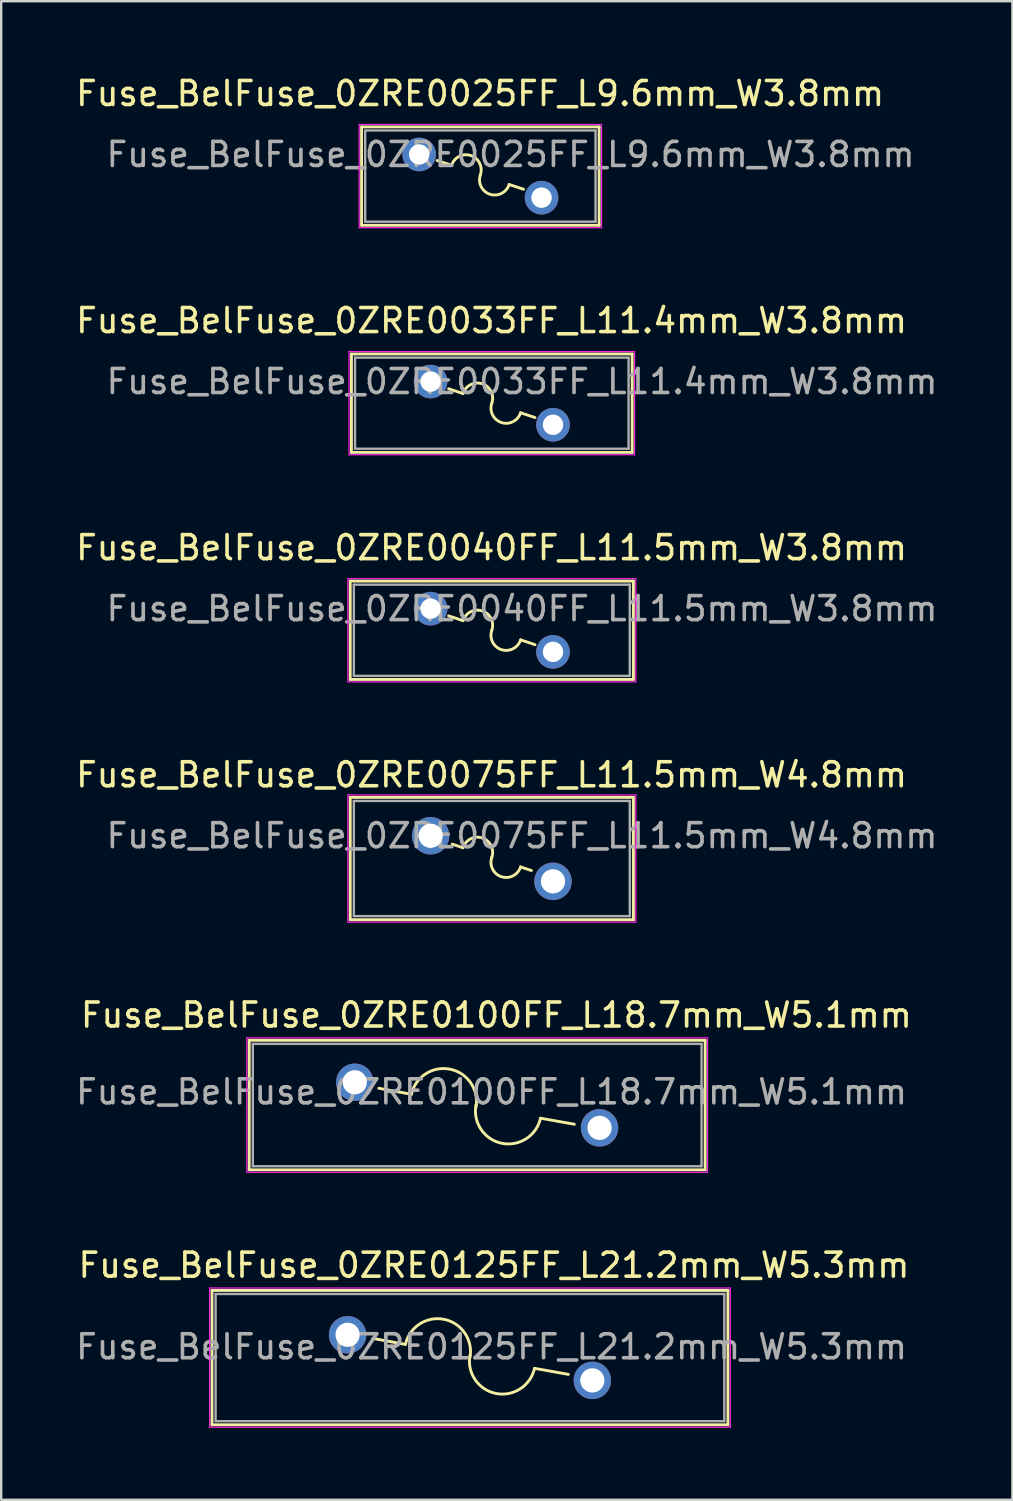
<source format=kicad_pcb>
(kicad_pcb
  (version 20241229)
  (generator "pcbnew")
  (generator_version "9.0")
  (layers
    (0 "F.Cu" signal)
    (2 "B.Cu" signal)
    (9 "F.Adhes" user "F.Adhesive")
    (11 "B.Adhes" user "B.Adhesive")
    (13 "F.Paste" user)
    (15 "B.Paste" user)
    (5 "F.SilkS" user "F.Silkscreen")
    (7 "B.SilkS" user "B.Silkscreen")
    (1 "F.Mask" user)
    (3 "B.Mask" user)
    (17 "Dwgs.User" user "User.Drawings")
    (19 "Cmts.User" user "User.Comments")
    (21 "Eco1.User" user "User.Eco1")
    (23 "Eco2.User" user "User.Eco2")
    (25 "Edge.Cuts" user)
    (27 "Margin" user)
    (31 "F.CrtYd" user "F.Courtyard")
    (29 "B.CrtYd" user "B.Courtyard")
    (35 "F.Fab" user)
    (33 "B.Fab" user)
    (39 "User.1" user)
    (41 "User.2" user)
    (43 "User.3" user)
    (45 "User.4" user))
  (footprint "Fuse_BelFuse_0ZRE0025FF_L9.6mm_W3.8mm"
    (layer "F.Cu")
    (at 14.418 3.388)
    (property "Reference" "Fuse_BelFuse_0ZRE0025FF_L9.6mm_W3.8mm" (at 2.54 -2.54 0) (layer "F.SilkS") (effects (font (size 1 1) (thickness 0.15))))
    (fp_line (start -2.4 -1.15) (end -2.4 2.95) (stroke (width 0.12) (type solid)) (layer "F.SilkS"))
    (fp_line (start -2.4 -1.15) (end 7.5 -1.15) (stroke (width 0.12) (type solid)) (layer "F.SilkS"))
    (fp_line (start -2.4 2.95) (end 7.5 2.95) (stroke (width 0.12) (type solid)) (layer "F.SilkS"))
    (fp_line (start 0.75 0.25) (end 1.35 0.45) (stroke (width 0.12) (type solid)) (layer "F.SilkS"))
    (fp_line (start 3.75 1.25) (end 4.35 1.45) (stroke (width 0.12) (type solid)) (layer "F.SilkS"))
    (fp_line (start 7.5 -1.15) (end 7.5 2.95) (stroke (width 0.12) (type solid)) (layer "F.SilkS"))
    (fp_arc (start 1.350003 0.450002) (mid 2.150001 0.050002) (end 2.550001 0.85) (stroke (width 0.12) (type solid)) (layer "F.SilkS"))
    (fp_arc (start 3.749999 1.249998) (mid 2.950001 1.649998) (end 2.550001 0.85) (stroke (width 0.12) (type solid)) (layer "F.SilkS"))
    (fp_line (start -2.5 -1.25) (end -2.5 3.05) (stroke (width 0.05) (type solid)) (layer "F.CrtYd"))
    (fp_line (start -2.5 -1.25) (end 7.6 -1.25) (stroke (width 0.05) (type solid)) (layer "F.CrtYd"))
    (fp_line (start -2.5 3.05) (end 7.6 3.05) (stroke (width 0.05) (type solid)) (layer "F.CrtYd"))
    (fp_line (start 7.6 -1.25) (end 7.6 3.05) (stroke (width 0.05) (type solid)) (layer "F.CrtYd"))
    (fp_line (start -2.25 -1) (end -2.25 2.8) (stroke (width 0.1) (type solid)) (layer "F.Fab"))
    (fp_line (start -2.25 -1) (end 7.35 -1) (stroke (width 0.1) (type solid)) (layer "F.Fab"))
    (fp_line (start -2.25 2.8) (end 7.35 2.8) (stroke (width 0.1) (type solid)) (layer "F.Fab"))
    (fp_line (start 7.35 -1) (end 7.35 2.8) (stroke (width 0.1) (type solid)) (layer "F.Fab"))
    (fp_text user "${REFERENCE}" (at 3.81 0 0) (layer "F.Fab") (effects (font (size 1 1) (thickness 0.15))))
    (pad "1" thru_hole circle (at 0 0) (size 1.4 1.4) (drill 0.85) (layers "*.Cu" "*.Mask"))
    (pad "2" thru_hole circle (at 5.1 1.8) (size 1.4 1.4) (drill 0.85) (layers "*.Cu" "*.Mask")))
  (footprint "Fuse_BelFuse_0ZRE0075FF_L11.5mm_W4.8mm"
    (layer "F.Cu")
    (at 14.895 31.778)
    (property "Reference" "Fuse_BelFuse_0ZRE0075FF_L11.5mm_W4.8mm" (at 2.54 -2.54 0) (layer "F.SilkS") (effects (font (size 1 1) (thickness 0.15))))
    (fp_line (start -3.35 -1.6) (end -3.35 3.5) (stroke (width 0.12) (type solid)) (layer "F.SilkS"))
    (fp_line (start -3.35 -1.6) (end 8.45 -1.6) (stroke (width 0.12) (type solid)) (layer "F.SilkS"))
    (fp_line (start -3.35 3.5) (end 8.45 3.5) (stroke (width 0.12) (type solid)) (layer "F.SilkS"))
    (fp_line (start 0.9 0.35) (end 1.35 0.5) (stroke (width 0.12) (type solid)) (layer "F.SilkS"))
    (fp_line (start 3.75 1.3) (end 4.2 1.45) (stroke (width 0.12) (type solid)) (layer "F.SilkS"))
    (fp_line (start 8.45 -1.6) (end 8.45 3.5) (stroke (width 0.12) (type solid)) (layer "F.SilkS"))
    (fp_arc (start 1.350003 0.500002) (mid 2.150001 0.100002) (end 2.550001 0.9) (stroke (width 0.12) (type solid)) (layer "F.SilkS"))
    (fp_arc (start 3.749999 1.299998) (mid 2.950001 1.699998) (end 2.550001 0.9) (stroke (width 0.12) (type solid)) (layer "F.SilkS"))
    (fp_line (start -3.45 -1.7) (end -3.45 3.6) (stroke (width 0.05) (type solid)) (layer "F.CrtYd"))
    (fp_line (start -3.45 -1.7) (end 8.55 -1.7) (stroke (width 0.05) (type solid)) (layer "F.CrtYd"))
    (fp_line (start -3.45 3.6) (end 8.55 3.6) (stroke (width 0.05) (type solid)) (layer "F.CrtYd"))
    (fp_line (start 8.55 -1.7) (end 8.55 3.6) (stroke (width 0.05) (type solid)) (layer "F.CrtYd"))
    (fp_line (start -3.2 -1.45) (end -3.2 3.35) (stroke (width 0.1) (type solid)) (layer "F.Fab"))
    (fp_line (start -3.2 -1.45) (end 8.3 -1.45) (stroke (width 0.1) (type solid)) (layer "F.Fab"))
    (fp_line (start -3.2 3.35) (end 8.3 3.35) (stroke (width 0.1) (type solid)) (layer "F.Fab"))
    (fp_line (start 8.3 -1.45) (end 8.3 3.35) (stroke (width 0.1) (type solid)) (layer "F.Fab"))
    (fp_text user "${REFERENCE}" (at 3.81 0 0) (layer "F.Fab") (effects (font (size 1 1) (thickness 0.15))))
    (pad "1" thru_hole circle (at 0 0) (size 1.56 1.56) (drill 1.01) (layers "*.Cu" "*.Mask"))
    (pad "2" thru_hole circle (at 5.1 1.9) (size 1.56 1.56) (drill 1.01) (layers "*.Cu" "*.Mask")))
  (footprint "Fuse_BelFuse_0ZRE0033FF_L11.4mm_W3.8mm"
    (layer "F.Cu")
    (at 14.895 12.851)
    (property "Reference" "Fuse_BelFuse_0ZRE0033FF_L11.4mm_W3.8mm" (at 2.54 -2.54 0) (layer "F.SilkS") (effects (font (size 1 1) (thickness 0.15))))
    (fp_line (start -3.3 -1.15) (end -3.3 2.95) (stroke (width 0.12) (type solid)) (layer "F.SilkS"))
    (fp_line (start -3.3 -1.15) (end 8.4 -1.15) (stroke (width 0.12) (type solid)) (layer "F.SilkS"))
    (fp_line (start -3.3 2.95) (end 8.4 2.95) (stroke (width 0.12) (type solid)) (layer "F.SilkS"))
    (fp_line (start 0.75 0.3) (end 1.35 0.5) (stroke (width 0.12) (type solid)) (layer "F.SilkS"))
    (fp_line (start 3.75 1.3) (end 4.35 1.5) (stroke (width 0.12) (type solid)) (layer "F.SilkS"))
    (fp_line (start 8.4 -1.15) (end 8.4 2.95) (stroke (width 0.12) (type solid)) (layer "F.SilkS"))
    (fp_arc (start 1.350003 0.500002) (mid 2.150001 0.100002) (end 2.550001 0.9) (stroke (width 0.12) (type solid)) (layer "F.SilkS"))
    (fp_arc (start 3.749999 1.299998) (mid 2.950001 1.699998) (end 2.550001 0.9) (stroke (width 0.12) (type solid)) (layer "F.SilkS"))
    (fp_line (start -3.4 -1.25) (end -3.4 3.05) (stroke (width 0.05) (type solid)) (layer "F.CrtYd"))
    (fp_line (start -3.4 -1.25) (end 8.5 -1.25) (stroke (width 0.05) (type solid)) (layer "F.CrtYd"))
    (fp_line (start -3.4 3.05) (end 8.5 3.05) (stroke (width 0.05) (type solid)) (layer "F.CrtYd"))
    (fp_line (start 8.5 -1.25) (end 8.5 3.05) (stroke (width 0.05) (type solid)) (layer "F.CrtYd"))
    (fp_line (start -3.15 -1) (end -3.15 2.8) (stroke (width 0.1) (type solid)) (layer "F.Fab"))
    (fp_line (start -3.15 -1) (end 8.25 -1) (stroke (width 0.1) (type solid)) (layer "F.Fab"))
    (fp_line (start -3.15 2.8) (end 8.25 2.8) (stroke (width 0.1) (type solid)) (layer "F.Fab"))
    (fp_line (start 8.25 -1) (end 8.25 2.8) (stroke (width 0.1) (type solid)) (layer "F.Fab"))
    (fp_text user "${REFERENCE}" (at 3.81 0 0) (layer "F.Fab") (effects (font (size 1 1) (thickness 0.15))))
    (pad "1" thru_hole circle (at 0 0) (size 1.4 1.4) (drill 0.85) (layers "*.Cu" "*.Mask"))
    (pad "2" thru_hole circle (at 5.1 1.8) (size 1.4 1.4) (drill 0.85) (layers "*.Cu" "*.Mask")))
  (footprint "Fuse_BelFuse_0ZRE0040FF_L11.5mm_W3.8mm"
    (layer "F.Cu")
    (at 14.895 22.315)
    (property "Reference" "Fuse_BelFuse_0ZRE0040FF_L11.5mm_W3.8mm" (at 2.54 -2.54 0) (layer "F.SilkS") (effects (font (size 1 1) (thickness 0.15))))
    (fp_line (start -3.35 -1.15) (end -3.35 2.95) (stroke (width 0.12) (type solid)) (layer "F.SilkS"))
    (fp_line (start -3.35 -1.15) (end 8.45 -1.15) (stroke (width 0.12) (type solid)) (layer "F.SilkS"))
    (fp_line (start -3.35 2.95) (end 8.45 2.95) (stroke (width 0.12) (type solid)) (layer "F.SilkS"))
    (fp_line (start 0.75 0.3) (end 1.35 0.5) (stroke (width 0.12) (type solid)) (layer "F.SilkS"))
    (fp_line (start 3.75 1.3) (end 4.35 1.5) (stroke (width 0.12) (type solid)) (layer "F.SilkS"))
    (fp_line (start 8.45 -1.15) (end 8.45 2.95) (stroke (width 0.12) (type solid)) (layer "F.SilkS"))
    (fp_arc (start 1.350003 0.500002) (mid 2.150001 0.100002) (end 2.550001 0.9) (stroke (width 0.12) (type solid)) (layer "F.SilkS"))
    (fp_arc (start 3.749999 1.299998) (mid 2.950001 1.699998) (end 2.550001 0.9) (stroke (width 0.12) (type solid)) (layer "F.SilkS"))
    (fp_line (start -3.45 -1.25) (end -3.45 3.05) (stroke (width 0.05) (type solid)) (layer "F.CrtYd"))
    (fp_line (start -3.45 -1.25) (end 8.55 -1.25) (stroke (width 0.05) (type solid)) (layer "F.CrtYd"))
    (fp_line (start -3.45 3.05) (end 8.55 3.05) (stroke (width 0.05) (type solid)) (layer "F.CrtYd"))
    (fp_line (start 8.55 -1.25) (end 8.55 3.05) (stroke (width 0.05) (type solid)) (layer "F.CrtYd"))
    (fp_line (start -3.2 -1) (end -3.2 2.8) (stroke (width 0.1) (type solid)) (layer "F.Fab"))
    (fp_line (start -3.2 -1) (end 8.3 -1) (stroke (width 0.1) (type solid)) (layer "F.Fab"))
    (fp_line (start -3.2 2.8) (end 8.3 2.8) (stroke (width 0.1) (type solid)) (layer "F.Fab"))
    (fp_line (start 8.3 -1) (end 8.3 2.8) (stroke (width 0.1) (type solid)) (layer "F.Fab"))
    (fp_text user "${REFERENCE}" (at 3.81 0 0) (layer "F.Fab") (effects (font (size 1 1) (thickness 0.15))))
    (pad "1" thru_hole circle (at 0 0) (size 1.4 1.4) (drill 0.85) (layers "*.Cu" "*.Mask"))
    (pad "2" thru_hole circle (at 5.1 1.8) (size 1.4 1.4) (drill 0.85) (layers "*.Cu" "*.Mask")))
  (footprint "Fuse_BelFuse_0ZRE0100FF_L18.7mm_W5.1mm"
    (layer "F.Cu")
    (at 11.735 42.051)
    (property "Reference" "Fuse_BelFuse_0ZRE0100FF_L18.7mm_W5.1mm" (at 5.9 -2.8 0) (layer "F.SilkS") (effects (font (size 1 1) (thickness 0.15))))
    (fp_line (start -4.4 -1.75) (end -4.4 3.65) (stroke (width 0.12) (type solid)) (layer "F.SilkS"))
    (fp_line (start -4.4 -1.75) (end 14.6 -1.75) (stroke (width 0.12) (type solid)) (layer "F.SilkS"))
    (fp_line (start -4.4 3.65) (end 14.6 3.65) (stroke (width 0.12) (type solid)) (layer "F.SilkS"))
    (fp_line (start 1 0.25) (end 2.36 0.502) (stroke (width 0.12) (type solid)) (layer "F.SilkS"))
    (fp_line (start 7.74 1.498) (end 9.15 1.75) (stroke (width 0.12) (type solid)) (layer "F.SilkS"))
    (fp_line (start 14.6 -1.75) (end 14.6 3.65) (stroke (width 0.12) (type solid)) (layer "F.SilkS"))
    (fp_arc (start 2.359742 0.502167) (mid 3.97396 -0.54534) (end 5.049999 1.05) (stroke (width 0.12) (type solid)) (layer "F.SilkS"))
    (fp_arc (start 7.740258 1.497834) (mid 6.12604 2.545341) (end 5.050001 0.950001) (stroke (width 0.12) (type solid)) (layer "F.SilkS"))
    (fp_line (start -4.5 -1.85) (end -4.5 3.75) (stroke (width 0.05) (type solid)) (layer "F.CrtYd"))
    (fp_line (start -4.5 -1.85) (end 14.7 -1.85) (stroke (width 0.05) (type solid)) (layer "F.CrtYd"))
    (fp_line (start -4.5 3.75) (end 14.7 3.75) (stroke (width 0.05) (type solid)) (layer "F.CrtYd"))
    (fp_line (start 14.7 -1.85) (end 14.7 3.75) (stroke (width 0.05) (type solid)) (layer "F.CrtYd"))
    (fp_line (start -4.25 -1.6) (end -4.25 3.5) (stroke (width 0.1) (type solid)) (layer "F.Fab"))
    (fp_line (start -4.25 -1.6) (end 14.45 -1.6) (stroke (width 0.1) (type solid)) (layer "F.Fab"))
    (fp_line (start -4.25 3.5) (end 14.45 3.5) (stroke (width 0.1) (type solid)) (layer "F.Fab"))
    (fp_line (start 14.45 -1.6) (end 14.45 3.5) (stroke (width 0.1) (type solid)) (layer "F.Fab"))
    (fp_text user "${REFERENCE}" (at 5.7 0.4 0) (layer "F.Fab") (effects (font (size 1 1) (thickness 0.15))))
    (pad "1" thru_hole circle (at 0 0) (size 1.56 1.56) (drill 1.01) (layers "*.Cu" "*.Mask"))
    (pad "2" thru_hole circle (at 10.2 1.9) (size 1.56 1.56) (drill 1.01) (layers "*.Cu" "*.Mask")))
  (footprint "Fuse_BelFuse_0ZRE0125FF_L21.2mm_W5.3mm"
    (layer "F.Cu")
    (at 11.435 52.575)
    (property "Reference" "Fuse_BelFuse_0ZRE0125FF_L21.2mm_W5.3mm" (at 6.1 -2.9 0) (layer "F.SilkS") (effects (font (size 1 1) (thickness 0.15))))
    (fp_line (start -5.65 -1.85) (end -5.65 3.75) (stroke (width 0.12) (type solid)) (layer "F.SilkS"))
    (fp_line (start -5.65 -1.85) (end 15.85 -1.85) (stroke (width 0.12) (type solid)) (layer "F.SilkS"))
    (fp_line (start -5.65 3.75) (end 15.85 3.75) (stroke (width 0.12) (type solid)) (layer "F.SilkS"))
    (fp_line (start 1.05 0.15) (end 2.41 0.402) (stroke (width 0.12) (type solid)) (layer "F.SilkS"))
    (fp_line (start 7.79 1.398) (end 9.2 1.65) (stroke (width 0.12) (type solid)) (layer "F.SilkS"))
    (fp_line (start 15.85 -1.85) (end 15.85 3.75) (stroke (width 0.12) (type solid)) (layer "F.SilkS"))
    (fp_arc (start 2.409742 0.402167) (mid 4.02396 -0.64534) (end 5.099999 0.95) (stroke (width 0.12) (type solid)) (layer "F.SilkS"))
    (fp_arc (start 7.790258 1.397834) (mid 6.17604 2.445341) (end 5.100001 0.850001) (stroke (width 0.12) (type solid)) (layer "F.SilkS"))
    (fp_line (start -5.75 -1.95) (end -5.75 3.85) (stroke (width 0.05) (type solid)) (layer "F.CrtYd"))
    (fp_line (start -5.75 -1.95) (end 15.95 -1.95) (stroke (width 0.05) (type solid)) (layer "F.CrtYd"))
    (fp_line (start -5.75 3.85) (end 15.95 3.85) (stroke (width 0.05) (type solid)) (layer "F.CrtYd"))
    (fp_line (start 15.95 -1.95) (end 15.95 3.85) (stroke (width 0.05) (type solid)) (layer "F.CrtYd"))
    (fp_line (start -5.5 -1.7) (end -5.5 3.6) (stroke (width 0.1) (type solid)) (layer "F.Fab"))
    (fp_line (start -5.5 -1.7) (end 15.7 -1.7) (stroke (width 0.1) (type solid)) (layer "F.Fab"))
    (fp_line (start -5.5 3.6) (end 15.7 3.6) (stroke (width 0.1) (type solid)) (layer "F.Fab"))
    (fp_line (start 15.7 -1.7) (end 15.7 3.6) (stroke (width 0.1) (type solid)) (layer "F.Fab"))
    (fp_text user "${REFERENCE}" (at 6 0.5 0) (layer "F.Fab") (effects (font (size 1 1) (thickness 0.15))))
    (pad "1" thru_hole circle (at 0 0) (size 1.56 1.56) (drill 1.01) (layers "*.Cu" "*.Mask"))
    (pad "2" thru_hole circle (at 10.2 1.9) (size 1.56 1.56) (drill 1.01) (layers "*.Cu" "*.Mask")))
  (gr_rect
    (start -3 -3)
    (end 39.139 59.45)
    (stroke (width 0.1) (type default))
    (fill no)
    (layer "Edge.Cuts")))
</source>
